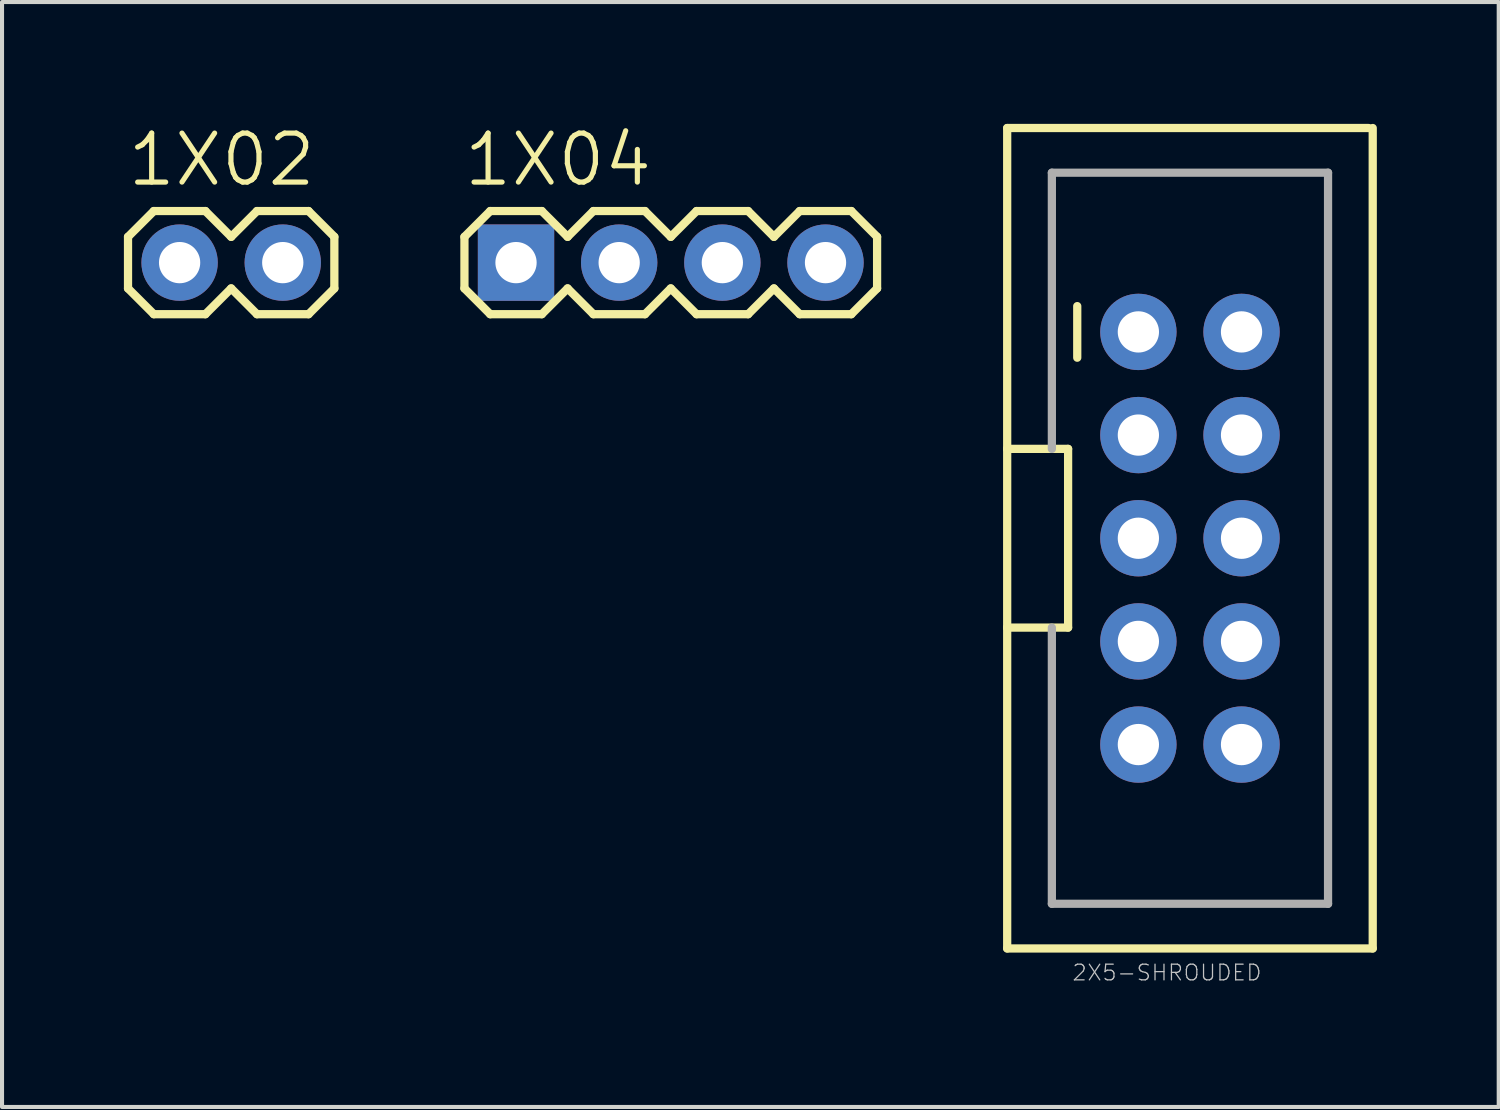
<source format=kicad_pcb>
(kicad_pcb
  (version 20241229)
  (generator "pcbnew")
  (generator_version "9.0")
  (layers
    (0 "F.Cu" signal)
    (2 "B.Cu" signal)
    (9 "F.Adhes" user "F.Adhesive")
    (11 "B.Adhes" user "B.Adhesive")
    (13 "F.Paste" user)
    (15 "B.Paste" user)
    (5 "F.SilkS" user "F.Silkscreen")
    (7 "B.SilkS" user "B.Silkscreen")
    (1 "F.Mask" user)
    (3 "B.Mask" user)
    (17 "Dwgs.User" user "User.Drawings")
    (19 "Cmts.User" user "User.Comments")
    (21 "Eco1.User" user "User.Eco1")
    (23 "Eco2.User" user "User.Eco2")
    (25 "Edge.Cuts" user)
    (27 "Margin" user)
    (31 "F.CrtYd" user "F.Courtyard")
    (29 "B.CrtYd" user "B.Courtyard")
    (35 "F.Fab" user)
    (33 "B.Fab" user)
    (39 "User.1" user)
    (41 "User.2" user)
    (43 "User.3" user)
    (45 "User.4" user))
  (footprint "1X02"
    (layer "F.Cu")
    (at 1.372 3.416)
    (property "Reference" "1X02" (at -1.346 -1.829 0) (layer "F.SilkS") (effects (font (size 1.206 1.206) (thickness 0.127)) (justify left bottom)))
    (attr through_hole)
    (fp_line (start -1.27 -0.635) (end -1.27 0.635) (stroke (width 0.203) (type solid)) (layer "F.SilkS"))
    (fp_line (start -1.27 0.635) (end -0.635 1.27) (stroke (width 0.203) (type solid)) (layer "F.SilkS"))
    (fp_line (start -0.635 -1.27) (end -1.27 -0.635) (stroke (width 0.203) (type solid)) (layer "F.SilkS"))
    (fp_line (start -0.635 -1.27) (end 0.635 -1.27) (stroke (width 0.203) (type solid)) (layer "F.SilkS"))
    (fp_line (start 0.635 -1.27) (end 1.27 -0.635) (stroke (width 0.203) (type solid)) (layer "F.SilkS"))
    (fp_line (start 0.635 1.27) (end -0.635 1.27) (stroke (width 0.203) (type solid)) (layer "F.SilkS"))
    (fp_line (start 1.27 -0.635) (end 1.905 -1.27) (stroke (width 0.203) (type solid)) (layer "F.SilkS"))
    (fp_line (start 1.27 0.635) (end 0.635 1.27) (stroke (width 0.203) (type solid)) (layer "F.SilkS"))
    (fp_line (start 1.905 -1.27) (end 3.175 -1.27) (stroke (width 0.203) (type solid)) (layer "F.SilkS"))
    (fp_line (start 1.905 1.27) (end 1.27 0.635) (stroke (width 0.203) (type solid)) (layer "F.SilkS"))
    (fp_line (start 3.175 -1.27) (end 3.81 -0.635) (stroke (width 0.203) (type solid)) (layer "F.SilkS"))
    (fp_line (start 3.175 1.27) (end 1.905 1.27) (stroke (width 0.203) (type solid)) (layer "F.SilkS"))
    (fp_line (start 3.81 -0.635) (end 3.81 0.635) (stroke (width 0.203) (type solid)) (layer "F.SilkS"))
    (fp_line (start 3.81 0.635) (end 3.175 1.27) (stroke (width 0.203) (type solid)) (layer "F.SilkS"))
    (fp_poly (pts (xy -0.254 0.254) (xy 0.254 0.254) (xy 0.254 -0.254) (xy -0.254 -0.254)) (stroke (width 0.1) (type solid)) (fill no) (layer "F.Fab"))
    (fp_poly (pts (xy 2.286 0.254) (xy 2.794 0.254) (xy 2.794 -0.254) (xy 2.286 -0.254)) (stroke (width 0.1) (type solid)) (fill no) (layer "F.Fab"))
    (pad "1" thru_hole circle (at 0 0 90) (size 1.88 1.88) (drill 1.016) (layers "*.Cu" "*.Mask"))
    (pad "2" thru_hole circle (at 2.54 0 90) (size 1.88 1.88) (drill 1.016) (layers "*.Cu" "*.Mask")))
  (footprint "1X04"
    (layer "F.Cu")
    (at 9.655 3.416)
    (property "Reference" "1X04" (at -1.346 -1.829 0) (layer "F.SilkS") (effects (font (size 1.206 1.206) (thickness 0.127)) (justify left bottom)))
    (attr through_hole)
    (fp_line (start -1.27 -0.635) (end -1.27 0.635) (stroke (width 0.203) (type solid)) (layer "F.SilkS"))
    (fp_line (start -1.27 0.635) (end -0.635 1.27) (stroke (width 0.203) (type solid)) (layer "F.SilkS"))
    (fp_line (start -0.635 -1.27) (end -1.27 -0.635) (stroke (width 0.203) (type solid)) (layer "F.SilkS"))
    (fp_line (start -0.635 -1.27) (end 0.635 -1.27) (stroke (width 0.203) (type solid)) (layer "F.SilkS"))
    (fp_line (start 0.635 -1.27) (end 1.27 -0.635) (stroke (width 0.203) (type solid)) (layer "F.SilkS"))
    (fp_line (start 0.635 1.27) (end -0.635 1.27) (stroke (width 0.203) (type solid)) (layer "F.SilkS"))
    (fp_line (start 1.27 -0.635) (end 1.905 -1.27) (stroke (width 0.203) (type solid)) (layer "F.SilkS"))
    (fp_line (start 1.27 0.635) (end 0.635 1.27) (stroke (width 0.203) (type solid)) (layer "F.SilkS"))
    (fp_line (start 1.905 -1.27) (end 3.175 -1.27) (stroke (width 0.203) (type solid)) (layer "F.SilkS"))
    (fp_line (start 1.905 1.27) (end 1.27 0.635) (stroke (width 0.203) (type solid)) (layer "F.SilkS"))
    (fp_line (start 3.175 -1.27) (end 3.81 -0.635) (stroke (width 0.203) (type solid)) (layer "F.SilkS"))
    (fp_line (start 3.175 1.27) (end 1.905 1.27) (stroke (width 0.203) (type solid)) (layer "F.SilkS"))
    (fp_line (start 3.81 -0.635) (end 4.445 -1.27) (stroke (width 0.203) (type solid)) (layer "F.SilkS"))
    (fp_line (start 3.81 0.635) (end 3.175 1.27) (stroke (width 0.203) (type solid)) (layer "F.SilkS"))
    (fp_line (start 4.445 -1.27) (end 5.715 -1.27) (stroke (width 0.203) (type solid)) (layer "F.SilkS"))
    (fp_line (start 4.445 1.27) (end 3.81 0.635) (stroke (width 0.203) (type solid)) (layer "F.SilkS"))
    (fp_line (start 5.715 -1.27) (end 6.35 -0.635) (stroke (width 0.203) (type solid)) (layer "F.SilkS"))
    (fp_line (start 5.715 1.27) (end 4.445 1.27) (stroke (width 0.203) (type solid)) (layer "F.SilkS"))
    (fp_line (start 6.35 0.635) (end 5.715 1.27) (stroke (width 0.203) (type solid)) (layer "F.SilkS"))
    (fp_line (start 6.35 0.635) (end 6.985 1.27) (stroke (width 0.203) (type solid)) (layer "F.SilkS"))
    (fp_line (start 6.985 -1.27) (end 6.35 -0.635) (stroke (width 0.203) (type solid)) (layer "F.SilkS"))
    (fp_line (start 6.985 -1.27) (end 8.255 -1.27) (stroke (width 0.203) (type solid)) (layer "F.SilkS"))
    (fp_line (start 8.255 -1.27) (end 8.89 -0.635) (stroke (width 0.203) (type solid)) (layer "F.SilkS"))
    (fp_line (start 8.255 1.27) (end 6.985 1.27) (stroke (width 0.203) (type solid)) (layer "F.SilkS"))
    (fp_line (start 8.89 -0.635) (end 8.89 0.635) (stroke (width 0.203) (type solid)) (layer "F.SilkS"))
    (fp_line (start 8.89 0.635) (end 8.255 1.27) (stroke (width 0.203) (type solid)) (layer "F.SilkS"))
    (fp_poly (pts (xy -0.254 0.254) (xy 0.254 0.254) (xy 0.254 -0.254) (xy -0.254 -0.254)) (stroke (width 0.1) (type solid)) (fill no) (layer "F.Fab"))
    (fp_poly (pts (xy 2.286 0.254) (xy 2.794 0.254) (xy 2.794 -0.254) (xy 2.286 -0.254)) (stroke (width 0.1) (type solid)) (fill no) (layer "F.Fab"))
    (fp_poly (pts (xy 4.826 0.254) (xy 5.334 0.254) (xy 5.334 -0.254) (xy 4.826 -0.254)) (stroke (width 0.1) (type solid)) (fill no) (layer "F.Fab"))
    (fp_poly (pts (xy 7.366 0.254) (xy 7.874 0.254) (xy 7.874 -0.254) (xy 7.366 -0.254)) (stroke (width 0.1) (type solid)) (fill no) (layer "F.Fab"))
    (pad "1" thru_hole rect (at 0 0 90) (size 1.88 1.88) (drill 1.016) (layers "*.Cu" "*.Mask"))
    (pad "2" thru_hole circle (at 2.54 0 90) (size 1.88 1.88) (drill 1.016) (layers "*.Cu" "*.Mask"))
    (pad "3" thru_hole circle (at 5.08 0 90) (size 1.88 1.88) (drill 1.016) (layers "*.Cu" "*.Mask"))
    (pad "4" thru_hole circle (at 7.62 0 90) (size 1.88 1.88) (drill 1.016) (layers "*.Cu" "*.Mask")))
  (footprint "2X5-SHROUDED"
    (layer "F.Cu")
    (at 26.248 10.202)
    (property "Reference" "2X5-SHROUDED" (at -2.921 10.922 0) (layer "Dwgs.User") (effects (font (size 0.386 0.386) (thickness 0.031)) (justify left bottom)))
    (attr through_hole)
    (fp_line (start -4.5 -10.1) (end 4.4 -10.1) (stroke (width 0.203) (type solid)) (layer "F.SilkS"))
    (fp_line (start -4.5 -2.2) (end -4.5 -10.1) (stroke (width 0.203) (type solid)) (layer "F.SilkS"))
    (fp_line (start -4.5 -2.2) (end -3 -2.2) (stroke (width 0.203) (type solid)) (layer "F.SilkS"))
    (fp_line (start -4.5 2.2) (end -4.5 -2.2) (stroke (width 0.203) (type solid)) (layer "F.SilkS"))
    (fp_line (start -4.5 10.1) (end -4.5 2.2) (stroke (width 0.203) (type solid)) (layer "F.SilkS"))
    (fp_line (start -3 -2.2) (end -3 2.2) (stroke (width 0.203) (type solid)) (layer "F.SilkS"))
    (fp_line (start -3 2.2) (end -4.5 2.2) (stroke (width 0.203) (type solid)) (layer "F.SilkS"))
    (fp_line (start -2.775 -5.715) (end -2.775 -4.445) (stroke (width 0.203) (type solid)) (layer "F.SilkS"))
    (fp_line (start 4.5 -10.1) (end 4.5 10.1) (stroke (width 0.203) (type solid)) (layer "F.SilkS"))
    (fp_line (start 4.5 10.1) (end -4.5 10.1) (stroke (width 0.203) (type solid)) (layer "F.SilkS"))
    (fp_line (start -3.4 -9) (end -3.4 -2.2) (stroke (width 0.203) (type solid)) (layer "F.Fab"))
    (fp_line (start -3.4 -9) (end 3.4 -9) (stroke (width 0.203) (type solid)) (layer "F.Fab"))
    (fp_line (start -3.4 9) (end -3.4 2.2) (stroke (width 0.203) (type solid)) (layer "F.Fab"))
    (fp_line (start -3.4 9) (end 3.4 9) (stroke (width 0.203) (type solid)) (layer "F.Fab"))
    (fp_line (start 3.4 -9) (end 3.4 9) (stroke (width 0.203) (type solid)) (layer "F.Fab"))
    (fp_poly (pts (xy -1.524 -4.826) (xy -1.016 -4.826) (xy -1.016 -5.334) (xy -1.524 -5.334)) (stroke (width 0.1) (type solid)) (fill no) (layer "F.Fab"))
    (fp_poly (pts (xy -1.524 -2.286) (xy -1.016 -2.286) (xy -1.016 -2.794) (xy -1.524 -2.794)) (stroke (width 0.1) (type solid)) (fill no) (layer "F.Fab"))
    (fp_poly (pts (xy -1.524 0.254) (xy -1.016 0.254) (xy -1.016 -0.254) (xy -1.524 -0.254)) (stroke (width 0.1) (type solid)) (fill no) (layer "F.Fab"))
    (fp_poly (pts (xy -1.524 2.794) (xy -1.016 2.794) (xy -1.016 2.286) (xy -1.524 2.286)) (stroke (width 0.1) (type solid)) (fill no) (layer "F.Fab"))
    (fp_poly (pts (xy -1.524 2.794) (xy -1.016 2.794) (xy -1.016 2.286) (xy -1.524 2.286)) (stroke (width 0.1) (type solid)) (fill no) (layer "F.Fab"))
    (fp_poly (pts (xy -1.524 5.334) (xy -1.016 5.334) (xy -1.016 4.826) (xy -1.524 4.826)) (stroke (width 0.1) (type solid)) (fill no) (layer "F.Fab"))
    (fp_poly (pts (xy 1.016 -4.826) (xy 1.524 -4.826) (xy 1.524 -5.334) (xy 1.016 -5.334)) (stroke (width 0.1) (type solid)) (fill no) (layer "F.Fab"))
    (fp_poly (pts (xy 1.016 -2.286) (xy 1.524 -2.286) (xy 1.524 -2.794) (xy 1.016 -2.794)) (stroke (width 0.1) (type solid)) (fill no) (layer "F.Fab"))
    (fp_poly (pts (xy 1.016 0.254) (xy 1.524 0.254) (xy 1.524 -0.254) (xy 1.016 -0.254)) (stroke (width 0.1) (type solid)) (fill no) (layer "F.Fab"))
    (fp_poly (pts (xy 1.016 2.794) (xy 1.524 2.794) (xy 1.524 2.286) (xy 1.016 2.286)) (stroke (width 0.1) (type solid)) (fill no) (layer "F.Fab"))
    (fp_poly (pts (xy 1.016 2.794) (xy 1.524 2.794) (xy 1.524 2.286) (xy 1.016 2.286)) (stroke (width 0.1) (type solid)) (fill no) (layer "F.Fab"))
    (fp_poly (pts (xy 1.016 5.334) (xy 1.524 5.334) (xy 1.524 4.826) (xy 1.016 4.826)) (stroke (width 0.1) (type solid)) (fill no) (layer "F.Fab"))
    (pad "1" thru_hole circle (at -1.27 -5.08 270) (size 1.88 1.88) (drill 1.016) (layers "*.Cu" "*.Mask"))
    (pad "2" thru_hole circle (at 1.27 -5.08 270) (size 1.88 1.88) (drill 1.016) (layers "*.Cu" "*.Mask"))
    (pad "3" thru_hole circle (at -1.27 -2.54 270) (size 1.88 1.88) (drill 1.016) (layers "*.Cu" "*.Mask"))
    (pad "4" thru_hole circle (at 1.27 -2.54 270) (size 1.88 1.88) (drill 1.016) (layers "*.Cu" "*.Mask"))
    (pad "5" thru_hole circle (at -1.27 0 270) (size 1.88 1.88) (drill 1.016) (layers "*.Cu" "*.Mask"))
    (pad "6" thru_hole circle (at 1.27 0 270) (size 1.88 1.88) (drill 1.016) (layers "*.Cu" "*.Mask"))
    (pad "7" thru_hole circle (at -1.27 2.54 270) (size 1.88 1.88) (drill 1.016) (layers "*.Cu" "*.Mask"))
    (pad "8" thru_hole circle (at 1.27 2.54 270) (size 1.88 1.88) (drill 1.016) (layers "*.Cu" "*.Mask"))
    (pad "9" thru_hole circle (at -1.27 5.08 270) (size 1.88 1.88) (drill 1.016) (layers "*.Cu" "*.Mask"))
    (pad "10" thru_hole circle (at 1.27 5.08 270) (size 1.88 1.88) (drill 1.016) (layers "*.Cu" "*.Mask")))
  (gr_rect
    (start -3 -3)
    (end 33.85 24.205)
    (stroke (width 0.1) (type default))
    (fill no)
    (layer "Edge.Cuts")))
</source>
